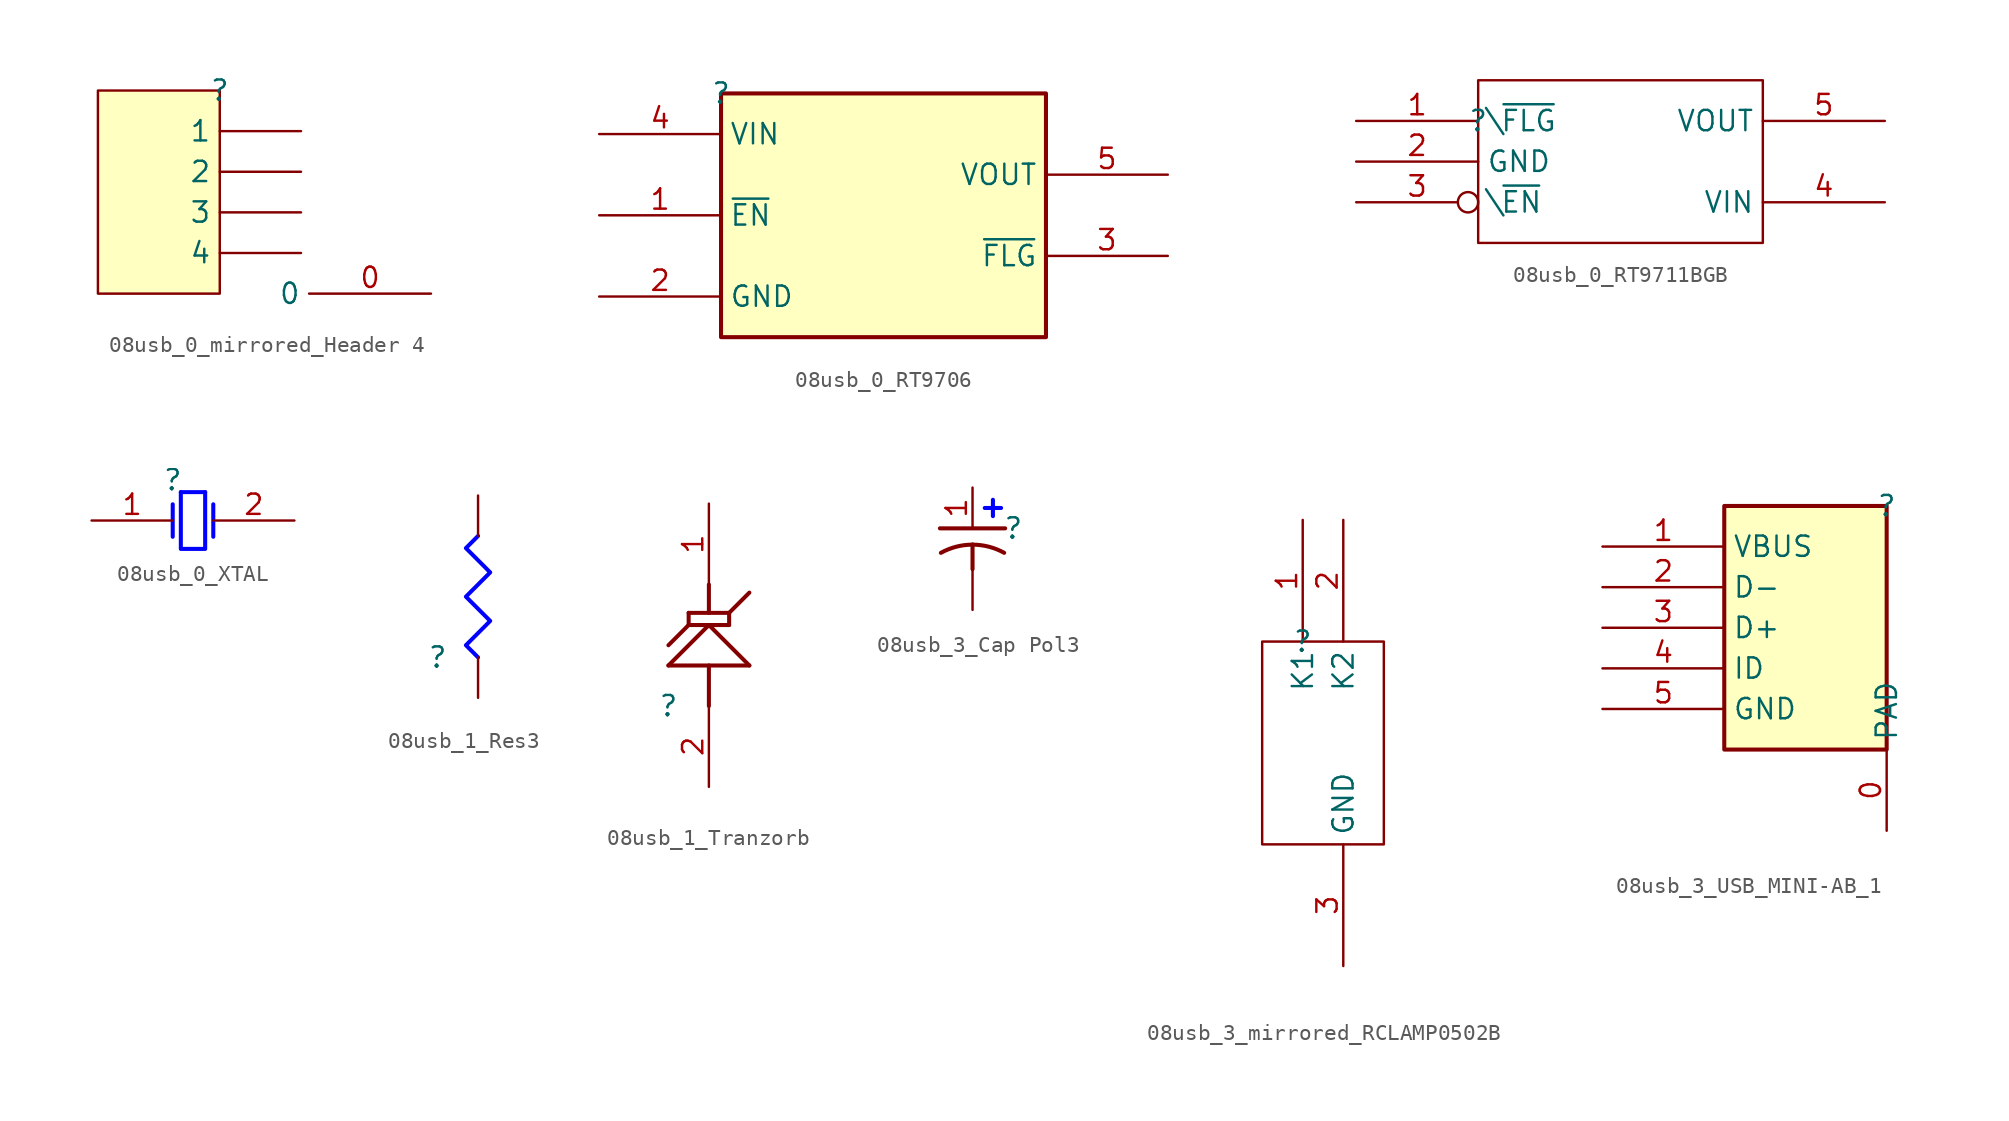
<source format=kicad_sym>
(kicad_symbol_lib
  (version 20220914)
  (generator kicad_symbol_editor)
  (symbol "08usb_0_mirrored_Header 4"
    (property "Reference" ""
      (at 0 0 0)
      (effects (font (size 1.27 1.27))))
    (property "Value" ""
      (at 0 0 0)
      (effects (font (size 1.27 1.27))))
    (symbol "08usb_0_mirrored_Header 4_1_0"
      (rectangle (start 0 0) (end -7.62 -12.7) (stroke (width 0) (type solid)) (fill (type background)))
      (pin passive line (at 13.208 -12.7 180) (length 7.62) (name "0" (effects (font (size 1.27 1.27)))) (number "0" (effects (font (size 1.27 1.27)))))
      (pin passive line (at 5.08 -2.54 180) (length 5.08) (name "1" (effects (font (size 1.27 1.27)))) (number "1" (effects (font (size 0 0)))))
      (pin passive line (at 5.08 -5.08 180) (length 5.08) (name "2" (effects (font (size 1.27 1.27)))) (number "2" (effects (font (size 0 0)))))
      (pin passive line (at 5.08 -7.62 180) (length 5.08) (name "3" (effects (font (size 1.27 1.27)))) (number "3" (effects (font (size 0 0)))))
      (pin passive line (at 5.08 -10.16 180) (length 5.08) (name "4" (effects (font (size 1.27 1.27)))) (number "4" (effects (font (size 0 0)))))))
  (symbol "08usb_0_RT9706"
    (property "Reference" ""
      (at 0 0 0)
      (effects (font (size 1.27 1.27))))
    (property "Value" ""
      (at 0 0 0)
      (effects (font (size 1.27 1.27))))
    (symbol "08usb_0_RT9706_1_0"
      (rectangle (start 20.32 0) (end 0 -15.24) (stroke (width 0.254) (type solid)) (fill (type background)))
      (pin passive line (at -7.62 -7.62 0) (length 7.62) (name "~{EN}" (effects (font (size 1.27 1.27)))) (number "1" (effects (font (size 1.27 1.27)))))
      (pin power_in line (at -7.62 -12.7 0) (length 7.62) (name "GND" (effects (font (size 1.27 1.27)))) (number "2" (effects (font (size 1.27 1.27)))))
      (pin passive line (at 27.94 -10.16 180) (length 7.62) (name "~{FLG}" (effects (font (size 1.27 1.27)))) (number "3" (effects (font (size 1.27 1.27)))))
      (pin passive line (at -7.62 -2.54 0) (length 7.62) (name "VIN" (effects (font (size 1.27 1.27)))) (number "4" (effects (font (size 1.27 1.27)))))
      (pin passive line (at 27.94 -5.08 180) (length 7.62) (name "VOUT" (effects (font (size 1.27 1.27)))) (number "5" (effects (font (size 1.27 1.27)))))))
  (symbol "08usb_0_RT9711BGB"
    (property "Reference" ""
      (at 0 0 0)
      (effects (font (size 1.27 1.27))))
    (property "Value" ""
      (at 0 0 0)
      (effects (font (size 1.27 1.27))))
    (symbol "08usb_0_RT9711BGB_1_0"
      (rectangle (start 17.78 2.54) (end 0 -7.62) (stroke (width 0) (type solid)) (fill (type none)))
      (pin open_collector line (at -7.62 0 0) (length 7.62) (name "\\~{FLG}" (effects (font (size 1.27 1.27)))) (number "1" (effects (font (size 1.27 1.27)))))
      (pin power_in line (at -7.62 -2.54 0) (length 7.62) (name "GND" (effects (font (size 1.27 1.27)))) (number "2" (effects (font (size 1.27 1.27)))))
      (pin input inverted (at -7.62 -5.08 0) (length 7.62) (name "\\~{EN}" (effects (font (size 1.27 1.27)))) (number "3" (effects (font (size 1.27 1.27)))))
      (pin power_in line (at 25.4 -5.08 180) (length 7.62) (name "VIN" (effects (font (size 1.27 1.27)))) (number "4" (effects (font (size 1.27 1.27)))))
      (pin power_in line (at 25.4 0 180) (length 7.62) (name "VOUT" (effects (font (size 1.27 1.27)))) (number "5" (effects (font (size 1.27 1.27)))))))
  (symbol "08usb_0_XTAL"
    (property "Reference" ""
      (at 0 0 0)
      (effects (font (size 1.27 1.27))))
    (property "Value" ""
      (at 0 0 0)
      (effects (font (size 1.27 1.27))))
    (symbol "08usb_0_XTAL_1_0"
      (polyline (pts (xy 0 -1.524) (xy 0 -3.556)) (stroke (width 0.254) (type solid) (color 0 0 255 1)) (fill (type none)))
      (polyline (pts (xy 0.508 -0.762) (xy 2.032 -0.762)) (stroke (width 0.254) (type solid) (color 0 0 255 1)) (fill (type none)))
      (polyline (pts (xy 2.54 -1.524) (xy 2.54 -3.556)) (stroke (width 0.254) (type solid) (color 0 0 255 1)) (fill (type none)))
      (polyline (pts (xy 2.032 -0.762) (xy 2.032 -4.318) (xy 0.508 -4.318) (xy 0.508 -0.762)) (stroke (width 0.254) (type solid) (color 0 0 255 1)) (fill (type none)))
      (pin passive line (at -5.08 -2.54 0) (length 5.08) (name "OSC1" (effects (font (size 0 0)))) (number "1" (effects (font (size 1.27 1.27)))))
      (pin passive line (at 7.62 -2.54 180) (length 5.08) (name "OSC2" (effects (font (size 0 0)))) (number "2" (effects (font (size 1.27 1.27)))))))
  (symbol "08usb_1_Res3"
    (property "Reference" ""
      (at 0 0 0)
      (effects (font (size 1.27 1.27))))
    (property "Value" ""
      (at 0 0 0)
      (effects (font (size 1.27 1.27))))
    (symbol "08usb_1_Res3_1_0"
      (polyline (pts (xy 2.54 7.62) (xy 1.778 6.858) (xy 3.302 5.334) (xy 1.778 3.81) (xy 3.302 2.286) (xy 1.778 0.762) (xy 2.54 0)) (stroke (width 0.254) (type solid) (color 0 0 255 1)) (fill (type none)))
      (pin passive line (at 2.54 -2.54 90) (length 2.54) (name "1" (effects (font (size 0 0)))) (number "1" (effects (font (size 0 0)))))
      (pin passive line (at 2.54 10.16 270) (length 2.54) (name "2" (effects (font (size 0 0)))) (number "2" (effects (font (size 0 0)))))))
  (symbol "08usb_1_Tranzorb"
    (property "Reference" ""
      (at 0 0 0)
      (effects (font (size 1.27 1.27))))
    (property "Value" ""
      (at 0 0 0)
      (effects (font (size 1.27 1.27))))
    (symbol "08usb_1_Tranzorb_1_0"
      (polyline (pts (xy 0 2.54) (xy 5.08 2.54)) (stroke (width 0.254) (type solid)) (fill (type none)))
      (polyline (pts (xy 0 3.81) (xy 1.27 5.08)) (stroke (width 0.254) (type solid)) (fill (type none)))
      (polyline (pts (xy 1.27 5.08) (xy 3.81 5.08)) (stroke (width 0.254) (type solid)) (fill (type none)))
      (polyline (pts (xy 1.27 5.842) (xy 1.27 5.08)) (stroke (width 0.254) (type solid)) (fill (type none)))
      (polyline (pts (xy 2.54 0) (xy 2.54 2.54)) (stroke (width 0.254) (type solid)) (fill (type none)))
      (polyline (pts (xy 2.54 5.08) (xy 0 2.54)) (stroke (width 0.254) (type solid)) (fill (type none)))
      (polyline (pts (xy 2.54 5.842) (xy 2.54 7.62)) (stroke (width 0.254) (type solid)) (fill (type none)))
      (polyline (pts (xy 3.81 5.08) (xy 3.81 5.842)) (stroke (width 0.254) (type solid)) (fill (type none)))
      (polyline (pts (xy 3.81 5.842) (xy 1.27 5.842)) (stroke (width 0.254) (type solid)) (fill (type none)))
      (polyline (pts (xy 3.81 5.842) (xy 5.08 7.112)) (stroke (width 0.254) (type solid)) (fill (type none)))
      (polyline (pts (xy 5.08 2.54) (xy 2.54 5.08)) (stroke (width 0.254) (type solid)) (fill (type none)))
      (pin passive line (at 2.54 12.7 270) (length 5.08) (name "K" (effects (font (size 0 0)))) (number "1" (effects (font (size 1.27 1.27)))))
      (pin passive line (at 2.54 -5.08 90) (length 5.08) (name "A" (effects (font (size 0 0)))) (number "2" (effects (font (size 1.27 1.27)))))))
  (symbol "08usb_3_Cap Pol3"
    (property "Reference" ""
      (at 0 0 0)
      (effects (font (size 1.27 1.27))))
    (property "Value" ""
      (at 0 0 0)
      (effects (font (size 1.27 1.27))))
    (symbol "08usb_3_Cap Pol3_1_0"
      (arc (start -2.54 -1.016) (mid -3.5575 -1.1454) (end -4.5103 -1.5255) (stroke (width 0.254) (type solid)) (fill (type none)))
      (arc (start -0.5697 -1.5255) (mid -1.5224 -1.1454) (end -2.54 -1.016) (stroke (width 0.254) (type solid)) (fill (type none)))
      (polyline (pts (xy -4.572 0) (xy -0.508 0)) (stroke (width 0.254) (type solid)) (fill (type none)))
      (polyline (pts (xy -2.54 -1.016) (xy -2.54 -2.54)) (stroke (width 0.254) (type solid)) (fill (type none)))
      (polyline (pts (xy -1.778 1.27) (xy -0.762 1.27)) (stroke (width 0.254) (type solid) (color 0 0 255 1)) (fill (type none)))
      (polyline (pts (xy -1.27 0.762) (xy -1.27 1.778)) (stroke (width 0.254) (type solid) (color 0 0 255 1)) (fill (type none)))
      (pin passive line (at -2.54 2.54 270) (length 2.54) (name "1" (effects (font (size 0 0)))) (number "1" (effects (font (size 1.27 1.27)))))
      (pin passive line (at -2.54 -5.08 90) (length 2.54) (name "2" (effects (font (size 0 0)))) (number "2" (effects (font (size 0 0)))))))
  (symbol "08usb_3_mirrored_RCLAMP0502B"
    (property "Reference" ""
      (at 0 0 0)
      (effects (font (size 1.27 1.27))))
    (property "Value" ""
      (at 0 0 0)
      (effects (font (size 1.27 1.27))))
    (symbol "08usb_3_mirrored_RCLAMP0502B_1_0"
      (rectangle (start 5.08 0) (end -2.54 -12.7) (stroke (width 0) (type solid)) (fill (type none)))
      (pin passive line (at 0 7.62 270) (length 7.62) (name "K1" (effects (font (size 1.27 1.27)))) (number "1" (effects (font (size 1.27 1.27)))))
      (pin passive line (at 2.54 7.62 270) (length 7.62) (name "K2" (effects (font (size 1.27 1.27)))) (number "2" (effects (font (size 1.27 1.27)))))
      (pin passive line (at 2.54 -20.32 90) (length 7.62) (name "GND" (effects (font (size 1.27 1.27)))) (number "3" (effects (font (size 1.27 1.27)))))))
  (symbol "08usb_3_USB_MINI-AB_1"
    (property "Reference" ""
      (at 0 0 0)
      (effects (font (size 1.27 1.27))))
    (property "Value" ""
      (at 0 0 0)
      (effects (font (size 1.27 1.27))))
    (symbol "08usb_3_USB_MINI-AB_1_1_0"
      (rectangle (start 0 0) (end -10.16 -15.24) (stroke (width 0.254) (type solid)) (fill (type background)))
      (pin passive line (at 0 -20.32 90) (length 5.08) (name "PAD" (effects (font (size 1.27 1.27)))) (number "0" (effects (font (size 1.27 1.27)))))
      (pin passive line (at -17.78 -2.54 0) (length 7.62) (name "VBUS" (effects (font (size 1.27 1.27)))) (number "1" (effects (font (size 1.27 1.27)))))
      (pin passive line (at -17.78 -5.08 0) (length 7.62) (name "D-" (effects (font (size 1.27 1.27)))) (number "2" (effects (font (size 1.27 1.27)))))
      (pin passive line (at -17.78 -7.62 0) (length 7.62) (name "D+" (effects (font (size 1.27 1.27)))) (number "3" (effects (font (size 1.27 1.27)))))
      (pin passive line (at -17.78 -10.16 0) (length 7.62) (name "ID" (effects (font (size 1.27 1.27)))) (number "4" (effects (font (size 1.27 1.27)))))
      (pin passive line (at -17.78 -12.7 0) (length 7.62) (name "GND" (effects (font (size 1.27 1.27)))) (number "5" (effects (font (size 1.27 1.27))))))))
</source>
